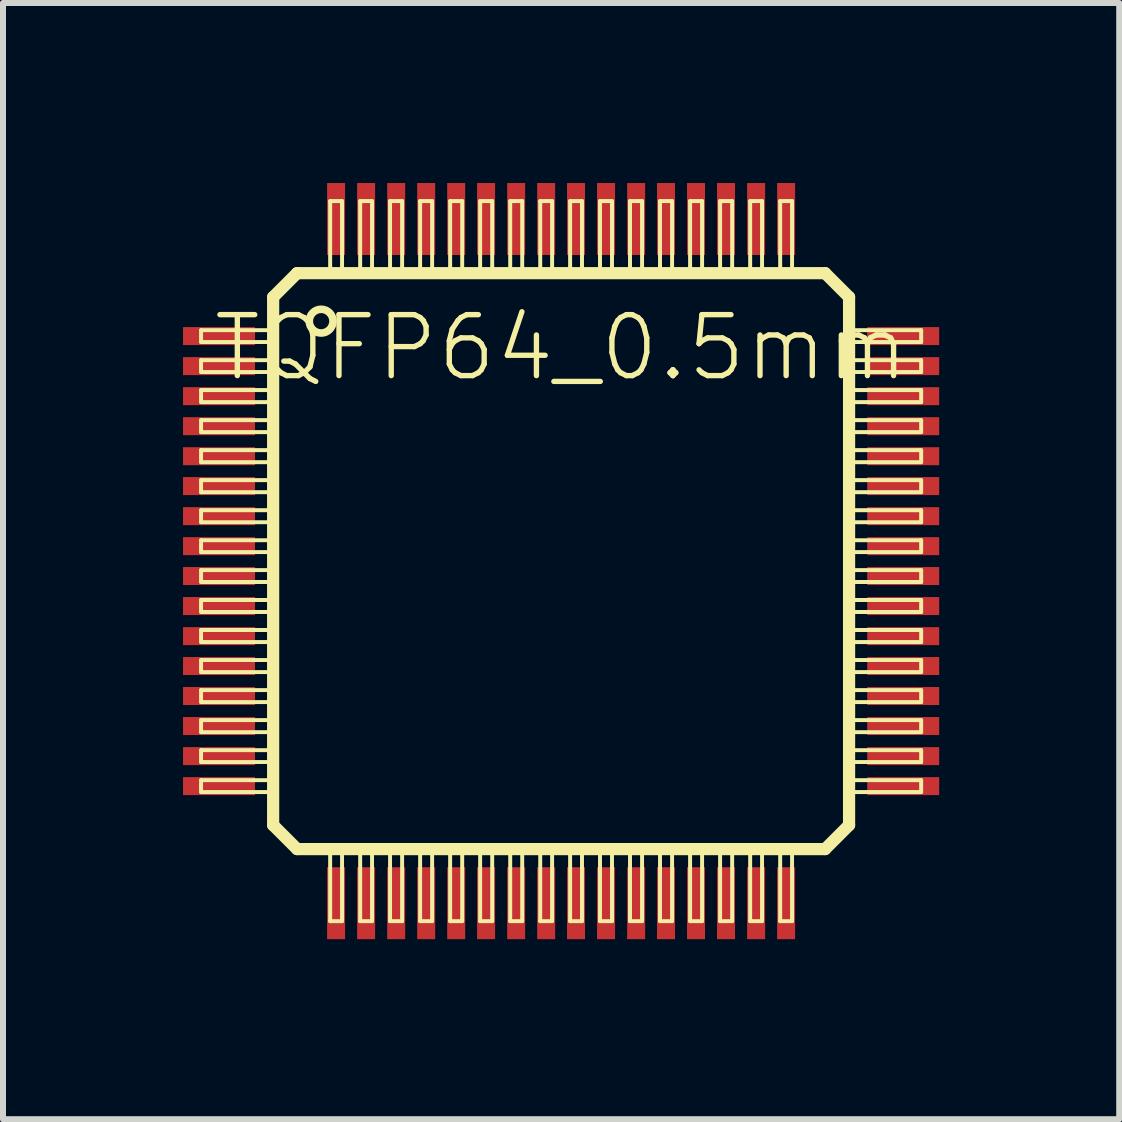
<source format=kicad_pcb>
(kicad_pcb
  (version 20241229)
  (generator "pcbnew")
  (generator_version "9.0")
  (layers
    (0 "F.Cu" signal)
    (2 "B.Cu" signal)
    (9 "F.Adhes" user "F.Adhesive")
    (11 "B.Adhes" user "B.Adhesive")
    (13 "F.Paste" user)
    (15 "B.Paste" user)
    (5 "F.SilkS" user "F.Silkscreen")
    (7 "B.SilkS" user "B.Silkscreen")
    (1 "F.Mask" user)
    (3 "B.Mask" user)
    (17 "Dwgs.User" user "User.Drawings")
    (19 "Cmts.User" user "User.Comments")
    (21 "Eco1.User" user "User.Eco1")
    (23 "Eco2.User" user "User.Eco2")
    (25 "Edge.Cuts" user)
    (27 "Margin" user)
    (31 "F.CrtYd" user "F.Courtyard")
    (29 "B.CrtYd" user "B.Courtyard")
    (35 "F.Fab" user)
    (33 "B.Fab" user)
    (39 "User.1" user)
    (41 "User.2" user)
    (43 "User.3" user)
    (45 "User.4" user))
  (footprint "TQFP64_0.5mm"
    (layer "F.Cu")
    (at 6.299 6.299)
    (property "Reference" "TQFP64_0.5mm" (at 0 -3.556 0) (layer "F.SilkS") (effects (font (size 1.016 1.016) (thickness 0.089))))
    (attr smd)
    (fp_line (start -5.999 -3.848) (end -4.798 -3.848) (stroke (width 0.066) (type solid)) (layer "F.SilkS"))
    (fp_line (start -5.999 -3.65) (end -5.999 -3.848) (stroke (width 0.066) (type solid)) (layer "F.SilkS"))
    (fp_line (start -5.999 -3.65) (end -4.798 -3.65) (stroke (width 0.066) (type solid)) (layer "F.SilkS"))
    (fp_line (start -5.999 -3.348) (end -4.798 -3.348) (stroke (width 0.066) (type solid)) (layer "F.SilkS"))
    (fp_line (start -5.999 -3.15) (end -5.999 -3.348) (stroke (width 0.066) (type solid)) (layer "F.SilkS"))
    (fp_line (start -5.999 -3.15) (end -4.798 -3.15) (stroke (width 0.066) (type solid)) (layer "F.SilkS"))
    (fp_line (start -5.999 -2.85) (end -4.798 -2.85) (stroke (width 0.066) (type solid)) (layer "F.SilkS"))
    (fp_line (start -5.999 -2.649) (end -5.999 -2.85) (stroke (width 0.066) (type solid)) (layer "F.SilkS"))
    (fp_line (start -5.999 -2.649) (end -4.798 -2.649) (stroke (width 0.066) (type solid)) (layer "F.SilkS"))
    (fp_line (start -5.999 -2.349) (end -4.798 -2.349) (stroke (width 0.066) (type solid)) (layer "F.SilkS"))
    (fp_line (start -5.999 -2.149) (end -5.999 -2.349) (stroke (width 0.066) (type solid)) (layer "F.SilkS"))
    (fp_line (start -5.999 -2.149) (end -4.798 -2.149) (stroke (width 0.066) (type solid)) (layer "F.SilkS"))
    (fp_line (start -5.999 -1.849) (end -4.798 -1.849) (stroke (width 0.066) (type solid)) (layer "F.SilkS"))
    (fp_line (start -5.999 -1.648) (end -5.999 -1.849) (stroke (width 0.066) (type solid)) (layer "F.SilkS"))
    (fp_line (start -5.999 -1.648) (end -4.798 -1.648) (stroke (width 0.066) (type solid)) (layer "F.SilkS"))
    (fp_line (start -5.999 -1.349) (end -4.798 -1.349) (stroke (width 0.066) (type solid)) (layer "F.SilkS"))
    (fp_line (start -5.999 -1.148) (end -5.999 -1.349) (stroke (width 0.066) (type solid)) (layer "F.SilkS"))
    (fp_line (start -5.999 -1.148) (end -4.798 -1.148) (stroke (width 0.066) (type solid)) (layer "F.SilkS"))
    (fp_line (start -5.999 -0.848) (end -4.798 -0.848) (stroke (width 0.066) (type solid)) (layer "F.SilkS"))
    (fp_line (start -5.999 -0.648) (end -5.999 -0.848) (stroke (width 0.066) (type solid)) (layer "F.SilkS"))
    (fp_line (start -5.999 -0.648) (end -4.798 -0.648) (stroke (width 0.066) (type solid)) (layer "F.SilkS"))
    (fp_line (start -5.999 -0.348) (end -4.798 -0.348) (stroke (width 0.066) (type solid)) (layer "F.SilkS"))
    (fp_line (start -5.999 -0.15) (end -5.999 -0.348) (stroke (width 0.066) (type solid)) (layer "F.SilkS"))
    (fp_line (start -5.999 -0.15) (end -4.798 -0.15) (stroke (width 0.066) (type solid)) (layer "F.SilkS"))
    (fp_line (start -5.999 0.15) (end -4.798 0.15) (stroke (width 0.066) (type solid)) (layer "F.SilkS"))
    (fp_line (start -5.999 0.348) (end -5.999 0.15) (stroke (width 0.066) (type solid)) (layer "F.SilkS"))
    (fp_line (start -5.999 0.348) (end -4.798 0.348) (stroke (width 0.066) (type solid)) (layer "F.SilkS"))
    (fp_line (start -5.999 0.648) (end -4.798 0.648) (stroke (width 0.066) (type solid)) (layer "F.SilkS"))
    (fp_line (start -5.999 0.848) (end -5.999 0.648) (stroke (width 0.066) (type solid)) (layer "F.SilkS"))
    (fp_line (start -5.999 0.848) (end -4.798 0.848) (stroke (width 0.066) (type solid)) (layer "F.SilkS"))
    (fp_line (start -5.999 1.148) (end -4.798 1.148) (stroke (width 0.066) (type solid)) (layer "F.SilkS"))
    (fp_line (start -5.999 1.349) (end -5.999 1.148) (stroke (width 0.066) (type solid)) (layer "F.SilkS"))
    (fp_line (start -5.999 1.349) (end -4.798 1.349) (stroke (width 0.066) (type solid)) (layer "F.SilkS"))
    (fp_line (start -5.999 1.648) (end -4.798 1.648) (stroke (width 0.066) (type solid)) (layer "F.SilkS"))
    (fp_line (start -5.999 1.849) (end -5.999 1.648) (stroke (width 0.066) (type solid)) (layer "F.SilkS"))
    (fp_line (start -5.999 1.849) (end -4.798 1.849) (stroke (width 0.066) (type solid)) (layer "F.SilkS"))
    (fp_line (start -5.999 2.149) (end -4.798 2.149) (stroke (width 0.066) (type solid)) (layer "F.SilkS"))
    (fp_line (start -5.999 2.349) (end -5.999 2.149) (stroke (width 0.066) (type solid)) (layer "F.SilkS"))
    (fp_line (start -5.999 2.349) (end -4.798 2.349) (stroke (width 0.066) (type solid)) (layer "F.SilkS"))
    (fp_line (start -5.999 2.649) (end -4.798 2.649) (stroke (width 0.066) (type solid)) (layer "F.SilkS"))
    (fp_line (start -5.999 2.85) (end -5.999 2.649) (stroke (width 0.066) (type solid)) (layer "F.SilkS"))
    (fp_line (start -5.999 2.85) (end -4.798 2.85) (stroke (width 0.066) (type solid)) (layer "F.SilkS"))
    (fp_line (start -5.999 3.15) (end -4.798 3.15) (stroke (width 0.066) (type solid)) (layer "F.SilkS"))
    (fp_line (start -5.999 3.348) (end -5.999 3.15) (stroke (width 0.066) (type solid)) (layer "F.SilkS"))
    (fp_line (start -5.999 3.348) (end -4.798 3.348) (stroke (width 0.066) (type solid)) (layer "F.SilkS"))
    (fp_line (start -5.999 3.65) (end -4.798 3.65) (stroke (width 0.066) (type solid)) (layer "F.SilkS"))
    (fp_line (start -5.999 3.848) (end -5.999 3.65) (stroke (width 0.066) (type solid)) (layer "F.SilkS"))
    (fp_line (start -5.999 3.848) (end -4.798 3.848) (stroke (width 0.066) (type solid)) (layer "F.SilkS"))
    (fp_line (start -4.798 -4.399) (end -4.399 -4.798) (stroke (width 0.203) (type solid)) (layer "F.SilkS"))
    (fp_line (start -4.798 -3.65) (end -4.798 -3.848) (stroke (width 0.066) (type solid)) (layer "F.SilkS"))
    (fp_line (start -4.798 -3.15) (end -4.798 -3.348) (stroke (width 0.066) (type solid)) (layer "F.SilkS"))
    (fp_line (start -4.798 -2.649) (end -4.798 -2.85) (stroke (width 0.066) (type solid)) (layer "F.SilkS"))
    (fp_line (start -4.798 -2.149) (end -4.798 -2.349) (stroke (width 0.066) (type solid)) (layer "F.SilkS"))
    (fp_line (start -4.798 -1.648) (end -4.798 -1.849) (stroke (width 0.066) (type solid)) (layer "F.SilkS"))
    (fp_line (start -4.798 -1.148) (end -4.798 -1.349) (stroke (width 0.066) (type solid)) (layer "F.SilkS"))
    (fp_line (start -4.798 -0.648) (end -4.798 -0.848) (stroke (width 0.066) (type solid)) (layer "F.SilkS"))
    (fp_line (start -4.798 -0.15) (end -4.798 -0.348) (stroke (width 0.066) (type solid)) (layer "F.SilkS"))
    (fp_line (start -4.798 0.348) (end -4.798 0.15) (stroke (width 0.066) (type solid)) (layer "F.SilkS"))
    (fp_line (start -4.798 0.848) (end -4.798 0.648) (stroke (width 0.066) (type solid)) (layer "F.SilkS"))
    (fp_line (start -4.798 1.349) (end -4.798 1.148) (stroke (width 0.066) (type solid)) (layer "F.SilkS"))
    (fp_line (start -4.798 1.849) (end -4.798 1.648) (stroke (width 0.066) (type solid)) (layer "F.SilkS"))
    (fp_line (start -4.798 2.349) (end -4.798 2.149) (stroke (width 0.066) (type solid)) (layer "F.SilkS"))
    (fp_line (start -4.798 2.85) (end -4.798 2.649) (stroke (width 0.066) (type solid)) (layer "F.SilkS"))
    (fp_line (start -4.798 3.348) (end -4.798 3.15) (stroke (width 0.066) (type solid)) (layer "F.SilkS"))
    (fp_line (start -4.798 3.848) (end -4.798 3.65) (stroke (width 0.066) (type solid)) (layer "F.SilkS"))
    (fp_line (start -4.798 4.399) (end -4.798 -4.399) (stroke (width 0.203) (type solid)) (layer "F.SilkS"))
    (fp_line (start -4.399 -4.798) (end 4.399 -4.798) (stroke (width 0.203) (type solid)) (layer "F.SilkS"))
    (fp_line (start -4.399 4.798) (end -4.798 4.399) (stroke (width 0.203) (type solid)) (layer "F.SilkS"))
    (fp_line (start -3.848 -5.999) (end -3.65 -5.999) (stroke (width 0.066) (type solid)) (layer "F.SilkS"))
    (fp_line (start -3.848 -4.798) (end -3.848 -5.999) (stroke (width 0.066) (type solid)) (layer "F.SilkS"))
    (fp_line (start -3.848 -4.798) (end -3.65 -4.798) (stroke (width 0.066) (type solid)) (layer "F.SilkS"))
    (fp_line (start -3.848 4.798) (end -3.65 4.798) (stroke (width 0.066) (type solid)) (layer "F.SilkS"))
    (fp_line (start -3.848 5.999) (end -3.848 4.798) (stroke (width 0.066) (type solid)) (layer "F.SilkS"))
    (fp_line (start -3.848 5.999) (end -3.65 5.999) (stroke (width 0.066) (type solid)) (layer "F.SilkS"))
    (fp_line (start -3.65 -4.798) (end -3.65 -5.999) (stroke (width 0.066) (type solid)) (layer "F.SilkS"))
    (fp_line (start -3.65 5.999) (end -3.65 4.798) (stroke (width 0.066) (type solid)) (layer "F.SilkS"))
    (fp_line (start -3.348 -5.999) (end -3.15 -5.999) (stroke (width 0.066) (type solid)) (layer "F.SilkS"))
    (fp_line (start -3.348 -4.798) (end -3.348 -5.999) (stroke (width 0.066) (type solid)) (layer "F.SilkS"))
    (fp_line (start -3.348 -4.798) (end -3.15 -4.798) (stroke (width 0.066) (type solid)) (layer "F.SilkS"))
    (fp_line (start -3.348 4.798) (end -3.15 4.798) (stroke (width 0.066) (type solid)) (layer "F.SilkS"))
    (fp_line (start -3.348 5.999) (end -3.348 4.798) (stroke (width 0.066) (type solid)) (layer "F.SilkS"))
    (fp_line (start -3.348 5.999) (end -3.15 5.999) (stroke (width 0.066) (type solid)) (layer "F.SilkS"))
    (fp_line (start -3.15 -4.798) (end -3.15 -5.999) (stroke (width 0.066) (type solid)) (layer "F.SilkS"))
    (fp_line (start -3.15 5.999) (end -3.15 4.798) (stroke (width 0.066) (type solid)) (layer "F.SilkS"))
    (fp_line (start -2.85 -5.999) (end -2.649 -5.999) (stroke (width 0.066) (type solid)) (layer "F.SilkS"))
    (fp_line (start -2.85 -4.798) (end -2.85 -5.999) (stroke (width 0.066) (type solid)) (layer "F.SilkS"))
    (fp_line (start -2.85 -4.798) (end -2.649 -4.798) (stroke (width 0.066) (type solid)) (layer "F.SilkS"))
    (fp_line (start -2.85 4.798) (end -2.649 4.798) (stroke (width 0.066) (type solid)) (layer "F.SilkS"))
    (fp_line (start -2.85 5.999) (end -2.85 4.798) (stroke (width 0.066) (type solid)) (layer "F.SilkS"))
    (fp_line (start -2.85 5.999) (end -2.649 5.999) (stroke (width 0.066) (type solid)) (layer "F.SilkS"))
    (fp_line (start -2.649 -4.798) (end -2.649 -5.999) (stroke (width 0.066) (type solid)) (layer "F.SilkS"))
    (fp_line (start -2.649 5.999) (end -2.649 4.798) (stroke (width 0.066) (type solid)) (layer "F.SilkS"))
    (fp_line (start -2.349 -5.999) (end -2.149 -5.999) (stroke (width 0.066) (type solid)) (layer "F.SilkS"))
    (fp_line (start -2.349 -4.798) (end -2.349 -5.999) (stroke (width 0.066) (type solid)) (layer "F.SilkS"))
    (fp_line (start -2.349 -4.798) (end -2.149 -4.798) (stroke (width 0.066) (type solid)) (layer "F.SilkS"))
    (fp_line (start -2.349 4.798) (end -2.149 4.798) (stroke (width 0.066) (type solid)) (layer "F.SilkS"))
    (fp_line (start -2.349 5.999) (end -2.349 4.798) (stroke (width 0.066) (type solid)) (layer "F.SilkS"))
    (fp_line (start -2.349 5.999) (end -2.149 5.999) (stroke (width 0.066) (type solid)) (layer "F.SilkS"))
    (fp_line (start -2.149 -4.798) (end -2.149 -5.999) (stroke (width 0.066) (type solid)) (layer "F.SilkS"))
    (fp_line (start -2.149 5.999) (end -2.149 4.798) (stroke (width 0.066) (type solid)) (layer "F.SilkS"))
    (fp_line (start -1.849 -5.999) (end -1.648 -5.999) (stroke (width 0.066) (type solid)) (layer "F.SilkS"))
    (fp_line (start -1.849 -4.798) (end -1.849 -5.999) (stroke (width 0.066) (type solid)) (layer "F.SilkS"))
    (fp_line (start -1.849 -4.798) (end -1.648 -4.798) (stroke (width 0.066) (type solid)) (layer "F.SilkS"))
    (fp_line (start -1.849 4.798) (end -1.648 4.798) (stroke (width 0.066) (type solid)) (layer "F.SilkS"))
    (fp_line (start -1.849 5.999) (end -1.849 4.798) (stroke (width 0.066) (type solid)) (layer "F.SilkS"))
    (fp_line (start -1.849 5.999) (end -1.648 5.999) (stroke (width 0.066) (type solid)) (layer "F.SilkS"))
    (fp_line (start -1.648 -4.798) (end -1.648 -5.999) (stroke (width 0.066) (type solid)) (layer "F.SilkS"))
    (fp_line (start -1.648 5.999) (end -1.648 4.798) (stroke (width 0.066) (type solid)) (layer "F.SilkS"))
    (fp_line (start -1.349 -5.999) (end -1.148 -5.999) (stroke (width 0.066) (type solid)) (layer "F.SilkS"))
    (fp_line (start -1.349 -4.798) (end -1.349 -5.999) (stroke (width 0.066) (type solid)) (layer "F.SilkS"))
    (fp_line (start -1.349 -4.798) (end -1.148 -4.798) (stroke (width 0.066) (type solid)) (layer "F.SilkS"))
    (fp_line (start -1.349 4.798) (end -1.148 4.798) (stroke (width 0.066) (type solid)) (layer "F.SilkS"))
    (fp_line (start -1.349 5.999) (end -1.349 4.798) (stroke (width 0.066) (type solid)) (layer "F.SilkS"))
    (fp_line (start -1.349 5.999) (end -1.148 5.999) (stroke (width 0.066) (type solid)) (layer "F.SilkS"))
    (fp_line (start -1.148 -4.798) (end -1.148 -5.999) (stroke (width 0.066) (type solid)) (layer "F.SilkS"))
    (fp_line (start -1.148 5.999) (end -1.148 4.798) (stroke (width 0.066) (type solid)) (layer "F.SilkS"))
    (fp_line (start -0.848 -5.999) (end -0.648 -5.999) (stroke (width 0.066) (type solid)) (layer "F.SilkS"))
    (fp_line (start -0.848 -4.798) (end -0.848 -5.999) (stroke (width 0.066) (type solid)) (layer "F.SilkS"))
    (fp_line (start -0.848 -4.798) (end -0.648 -4.798) (stroke (width 0.066) (type solid)) (layer "F.SilkS"))
    (fp_line (start -0.848 4.798) (end -0.648 4.798) (stroke (width 0.066) (type solid)) (layer "F.SilkS"))
    (fp_line (start -0.848 5.999) (end -0.848 4.798) (stroke (width 0.066) (type solid)) (layer "F.SilkS"))
    (fp_line (start -0.848 5.999) (end -0.648 5.999) (stroke (width 0.066) (type solid)) (layer "F.SilkS"))
    (fp_line (start -0.648 -4.798) (end -0.648 -5.999) (stroke (width 0.066) (type solid)) (layer "F.SilkS"))
    (fp_line (start -0.648 5.999) (end -0.648 4.798) (stroke (width 0.066) (type solid)) (layer "F.SilkS"))
    (fp_line (start -0.348 -5.999) (end -0.15 -5.999) (stroke (width 0.066) (type solid)) (layer "F.SilkS"))
    (fp_line (start -0.348 -4.798) (end -0.348 -5.999) (stroke (width 0.066) (type solid)) (layer "F.SilkS"))
    (fp_line (start -0.348 -4.798) (end -0.15 -4.798) (stroke (width 0.066) (type solid)) (layer "F.SilkS"))
    (fp_line (start -0.348 4.798) (end -0.15 4.798) (stroke (width 0.066) (type solid)) (layer "F.SilkS"))
    (fp_line (start -0.348 5.999) (end -0.348 4.798) (stroke (width 0.066) (type solid)) (layer "F.SilkS"))
    (fp_line (start -0.348 5.999) (end -0.15 5.999) (stroke (width 0.066) (type solid)) (layer "F.SilkS"))
    (fp_line (start -0.15 -4.798) (end -0.15 -5.999) (stroke (width 0.066) (type solid)) (layer "F.SilkS"))
    (fp_line (start -0.15 5.999) (end -0.15 4.798) (stroke (width 0.066) (type solid)) (layer "F.SilkS"))
    (fp_line (start 0.15 -5.999) (end 0.348 -5.999) (stroke (width 0.066) (type solid)) (layer "F.SilkS"))
    (fp_line (start 0.15 -4.798) (end 0.15 -5.999) (stroke (width 0.066) (type solid)) (layer "F.SilkS"))
    (fp_line (start 0.15 -4.798) (end 0.348 -4.798) (stroke (width 0.066) (type solid)) (layer "F.SilkS"))
    (fp_line (start 0.15 4.798) (end 0.348 4.798) (stroke (width 0.066) (type solid)) (layer "F.SilkS"))
    (fp_line (start 0.15 5.999) (end 0.15 4.798) (stroke (width 0.066) (type solid)) (layer "F.SilkS"))
    (fp_line (start 0.15 5.999) (end 0.348 5.999) (stroke (width 0.066) (type solid)) (layer "F.SilkS"))
    (fp_line (start 0.348 -4.798) (end 0.348 -5.999) (stroke (width 0.066) (type solid)) (layer "F.SilkS"))
    (fp_line (start 0.348 5.999) (end 0.348 4.798) (stroke (width 0.066) (type solid)) (layer "F.SilkS"))
    (fp_line (start 0.648 -5.999) (end 0.848 -5.999) (stroke (width 0.066) (type solid)) (layer "F.SilkS"))
    (fp_line (start 0.648 -4.798) (end 0.648 -5.999) (stroke (width 0.066) (type solid)) (layer "F.SilkS"))
    (fp_line (start 0.648 -4.798) (end 0.848 -4.798) (stroke (width 0.066) (type solid)) (layer "F.SilkS"))
    (fp_line (start 0.648 4.798) (end 0.848 4.798) (stroke (width 0.066) (type solid)) (layer "F.SilkS"))
    (fp_line (start 0.648 5.999) (end 0.648 4.798) (stroke (width 0.066) (type solid)) (layer "F.SilkS"))
    (fp_line (start 0.648 5.999) (end 0.848 5.999) (stroke (width 0.066) (type solid)) (layer "F.SilkS"))
    (fp_line (start 0.848 -4.798) (end 0.848 -5.999) (stroke (width 0.066) (type solid)) (layer "F.SilkS"))
    (fp_line (start 0.848 5.999) (end 0.848 4.798) (stroke (width 0.066) (type solid)) (layer "F.SilkS"))
    (fp_line (start 1.148 -5.999) (end 1.349 -5.999) (stroke (width 0.066) (type solid)) (layer "F.SilkS"))
    (fp_line (start 1.148 -4.798) (end 1.148 -5.999) (stroke (width 0.066) (type solid)) (layer "F.SilkS"))
    (fp_line (start 1.148 -4.798) (end 1.349 -4.798) (stroke (width 0.066) (type solid)) (layer "F.SilkS"))
    (fp_line (start 1.148 4.798) (end 1.349 4.798) (stroke (width 0.066) (type solid)) (layer "F.SilkS"))
    (fp_line (start 1.148 5.999) (end 1.148 4.798) (stroke (width 0.066) (type solid)) (layer "F.SilkS"))
    (fp_line (start 1.148 5.999) (end 1.349 5.999) (stroke (width 0.066) (type solid)) (layer "F.SilkS"))
    (fp_line (start 1.349 -4.798) (end 1.349 -5.999) (stroke (width 0.066) (type solid)) (layer "F.SilkS"))
    (fp_line (start 1.349 5.999) (end 1.349 4.798) (stroke (width 0.066) (type solid)) (layer "F.SilkS"))
    (fp_line (start 1.648 -5.999) (end 1.849 -5.999) (stroke (width 0.066) (type solid)) (layer "F.SilkS"))
    (fp_line (start 1.648 -4.798) (end 1.648 -5.999) (stroke (width 0.066) (type solid)) (layer "F.SilkS"))
    (fp_line (start 1.648 -4.798) (end 1.849 -4.798) (stroke (width 0.066) (type solid)) (layer "F.SilkS"))
    (fp_line (start 1.648 4.798) (end 1.849 4.798) (stroke (width 0.066) (type solid)) (layer "F.SilkS"))
    (fp_line (start 1.648 5.999) (end 1.648 4.798) (stroke (width 0.066) (type solid)) (layer "F.SilkS"))
    (fp_line (start 1.648 5.999) (end 1.849 5.999) (stroke (width 0.066) (type solid)) (layer "F.SilkS"))
    (fp_line (start 1.849 -4.798) (end 1.849 -5.999) (stroke (width 0.066) (type solid)) (layer "F.SilkS"))
    (fp_line (start 1.849 5.999) (end 1.849 4.798) (stroke (width 0.066) (type solid)) (layer "F.SilkS"))
    (fp_line (start 2.149 -5.999) (end 2.349 -5.999) (stroke (width 0.066) (type solid)) (layer "F.SilkS"))
    (fp_line (start 2.149 -4.798) (end 2.149 -5.999) (stroke (width 0.066) (type solid)) (layer "F.SilkS"))
    (fp_line (start 2.149 -4.798) (end 2.349 -4.798) (stroke (width 0.066) (type solid)) (layer "F.SilkS"))
    (fp_line (start 2.149 4.798) (end 2.349 4.798) (stroke (width 0.066) (type solid)) (layer "F.SilkS"))
    (fp_line (start 2.149 5.999) (end 2.149 4.798) (stroke (width 0.066) (type solid)) (layer "F.SilkS"))
    (fp_line (start 2.149 5.999) (end 2.349 5.999) (stroke (width 0.066) (type solid)) (layer "F.SilkS"))
    (fp_line (start 2.349 -4.798) (end 2.349 -5.999) (stroke (width 0.066) (type solid)) (layer "F.SilkS"))
    (fp_line (start 2.349 5.999) (end 2.349 4.798) (stroke (width 0.066) (type solid)) (layer "F.SilkS"))
    (fp_line (start 2.649 -5.999) (end 2.85 -5.999) (stroke (width 0.066) (type solid)) (layer "F.SilkS"))
    (fp_line (start 2.649 -4.798) (end 2.649 -5.999) (stroke (width 0.066) (type solid)) (layer "F.SilkS"))
    (fp_line (start 2.649 -4.798) (end 2.85 -4.798) (stroke (width 0.066) (type solid)) (layer "F.SilkS"))
    (fp_line (start 2.649 4.798) (end 2.85 4.798) (stroke (width 0.066) (type solid)) (layer "F.SilkS"))
    (fp_line (start 2.649 5.999) (end 2.649 4.798) (stroke (width 0.066) (type solid)) (layer "F.SilkS"))
    (fp_line (start 2.649 5.999) (end 2.85 5.999) (stroke (width 0.066) (type solid)) (layer "F.SilkS"))
    (fp_line (start 2.85 -4.798) (end 2.85 -5.999) (stroke (width 0.066) (type solid)) (layer "F.SilkS"))
    (fp_line (start 2.85 5.999) (end 2.85 4.798) (stroke (width 0.066) (type solid)) (layer "F.SilkS"))
    (fp_line (start 3.15 -5.999) (end 3.348 -5.999) (stroke (width 0.066) (type solid)) (layer "F.SilkS"))
    (fp_line (start 3.15 -4.798) (end 3.15 -5.999) (stroke (width 0.066) (type solid)) (layer "F.SilkS"))
    (fp_line (start 3.15 -4.798) (end 3.348 -4.798) (stroke (width 0.066) (type solid)) (layer "F.SilkS"))
    (fp_line (start 3.15 4.798) (end 3.348 4.798) (stroke (width 0.066) (type solid)) (layer "F.SilkS"))
    (fp_line (start 3.15 5.999) (end 3.15 4.798) (stroke (width 0.066) (type solid)) (layer "F.SilkS"))
    (fp_line (start 3.15 5.999) (end 3.348 5.999) (stroke (width 0.066) (type solid)) (layer "F.SilkS"))
    (fp_line (start 3.348 -4.798) (end 3.348 -5.999) (stroke (width 0.066) (type solid)) (layer "F.SilkS"))
    (fp_line (start 3.348 5.999) (end 3.348 4.798) (stroke (width 0.066) (type solid)) (layer "F.SilkS"))
    (fp_line (start 3.65 -5.999) (end 3.848 -5.999) (stroke (width 0.066) (type solid)) (layer "F.SilkS"))
    (fp_line (start 3.65 -4.798) (end 3.65 -5.999) (stroke (width 0.066) (type solid)) (layer "F.SilkS"))
    (fp_line (start 3.65 -4.798) (end 3.848 -4.798) (stroke (width 0.066) (type solid)) (layer "F.SilkS"))
    (fp_line (start 3.65 4.798) (end 3.848 4.798) (stroke (width 0.066) (type solid)) (layer "F.SilkS"))
    (fp_line (start 3.65 5.999) (end 3.65 4.798) (stroke (width 0.066) (type solid)) (layer "F.SilkS"))
    (fp_line (start 3.65 5.999) (end 3.848 5.999) (stroke (width 0.066) (type solid)) (layer "F.SilkS"))
    (fp_line (start 3.848 -4.798) (end 3.848 -5.999) (stroke (width 0.066) (type solid)) (layer "F.SilkS"))
    (fp_line (start 3.848 5.999) (end 3.848 4.798) (stroke (width 0.066) (type solid)) (layer "F.SilkS"))
    (fp_line (start 4.399 -4.798) (end 4.798 -4.399) (stroke (width 0.203) (type solid)) (layer "F.SilkS"))
    (fp_line (start 4.399 4.798) (end -4.399 4.798) (stroke (width 0.203) (type solid)) (layer "F.SilkS"))
    (fp_line (start 4.798 -4.399) (end 4.798 4.399) (stroke (width 0.203) (type solid)) (layer "F.SilkS"))
    (fp_line (start 4.798 -3.848) (end 5.999 -3.848) (stroke (width 0.066) (type solid)) (layer "F.SilkS"))
    (fp_line (start 4.798 -3.65) (end 4.798 -3.848) (stroke (width 0.066) (type solid)) (layer "F.SilkS"))
    (fp_line (start 4.798 -3.65) (end 5.999 -3.65) (stroke (width 0.066) (type solid)) (layer "F.SilkS"))
    (fp_line (start 4.798 -3.348) (end 5.999 -3.348) (stroke (width 0.066) (type solid)) (layer "F.SilkS"))
    (fp_line (start 4.798 -3.15) (end 4.798 -3.348) (stroke (width 0.066) (type solid)) (layer "F.SilkS"))
    (fp_line (start 4.798 -3.15) (end 5.999 -3.15) (stroke (width 0.066) (type solid)) (layer "F.SilkS"))
    (fp_line (start 4.798 -2.85) (end 5.999 -2.85) (stroke (width 0.066) (type solid)) (layer "F.SilkS"))
    (fp_line (start 4.798 -2.649) (end 4.798 -2.85) (stroke (width 0.066) (type solid)) (layer "F.SilkS"))
    (fp_line (start 4.798 -2.649) (end 5.999 -2.649) (stroke (width 0.066) (type solid)) (layer "F.SilkS"))
    (fp_line (start 4.798 -2.349) (end 5.999 -2.349) (stroke (width 0.066) (type solid)) (layer "F.SilkS"))
    (fp_line (start 4.798 -2.149) (end 4.798 -2.349) (stroke (width 0.066) (type solid)) (layer "F.SilkS"))
    (fp_line (start 4.798 -2.149) (end 5.999 -2.149) (stroke (width 0.066) (type solid)) (layer "F.SilkS"))
    (fp_line (start 4.798 -1.849) (end 5.999 -1.849) (stroke (width 0.066) (type solid)) (layer "F.SilkS"))
    (fp_line (start 4.798 -1.648) (end 4.798 -1.849) (stroke (width 0.066) (type solid)) (layer "F.SilkS"))
    (fp_line (start 4.798 -1.648) (end 5.999 -1.648) (stroke (width 0.066) (type solid)) (layer "F.SilkS"))
    (fp_line (start 4.798 -1.349) (end 5.999 -1.349) (stroke (width 0.066) (type solid)) (layer "F.SilkS"))
    (fp_line (start 4.798 -1.148) (end 4.798 -1.349) (stroke (width 0.066) (type solid)) (layer "F.SilkS"))
    (fp_line (start 4.798 -1.148) (end 5.999 -1.148) (stroke (width 0.066) (type solid)) (layer "F.SilkS"))
    (fp_line (start 4.798 -0.848) (end 5.999 -0.848) (stroke (width 0.066) (type solid)) (layer "F.SilkS"))
    (fp_line (start 4.798 -0.648) (end 4.798 -0.848) (stroke (width 0.066) (type solid)) (layer "F.SilkS"))
    (fp_line (start 4.798 -0.648) (end 5.999 -0.648) (stroke (width 0.066) (type solid)) (layer "F.SilkS"))
    (fp_line (start 4.798 -0.348) (end 5.999 -0.348) (stroke (width 0.066) (type solid)) (layer "F.SilkS"))
    (fp_line (start 4.798 -0.15) (end 4.798 -0.348) (stroke (width 0.066) (type solid)) (layer "F.SilkS"))
    (fp_line (start 4.798 -0.15) (end 5.999 -0.15) (stroke (width 0.066) (type solid)) (layer "F.SilkS"))
    (fp_line (start 4.798 0.15) (end 5.999 0.15) (stroke (width 0.066) (type solid)) (layer "F.SilkS"))
    (fp_line (start 4.798 0.348) (end 4.798 0.15) (stroke (width 0.066) (type solid)) (layer "F.SilkS"))
    (fp_line (start 4.798 0.348) (end 5.999 0.348) (stroke (width 0.066) (type solid)) (layer "F.SilkS"))
    (fp_line (start 4.798 0.648) (end 5.999 0.648) (stroke (width 0.066) (type solid)) (layer "F.SilkS"))
    (fp_line (start 4.798 0.848) (end 4.798 0.648) (stroke (width 0.066) (type solid)) (layer "F.SilkS"))
    (fp_line (start 4.798 0.848) (end 5.999 0.848) (stroke (width 0.066) (type solid)) (layer "F.SilkS"))
    (fp_line (start 4.798 1.148) (end 5.999 1.148) (stroke (width 0.066) (type solid)) (layer "F.SilkS"))
    (fp_line (start 4.798 1.349) (end 4.798 1.148) (stroke (width 0.066) (type solid)) (layer "F.SilkS"))
    (fp_line (start 4.798 1.349) (end 5.999 1.349) (stroke (width 0.066) (type solid)) (layer "F.SilkS"))
    (fp_line (start 4.798 1.648) (end 5.999 1.648) (stroke (width 0.066) (type solid)) (layer "F.SilkS"))
    (fp_line (start 4.798 1.849) (end 4.798 1.648) (stroke (width 0.066) (type solid)) (layer "F.SilkS"))
    (fp_line (start 4.798 1.849) (end 5.999 1.849) (stroke (width 0.066) (type solid)) (layer "F.SilkS"))
    (fp_line (start 4.798 2.149) (end 5.999 2.149) (stroke (width 0.066) (type solid)) (layer "F.SilkS"))
    (fp_line (start 4.798 2.349) (end 4.798 2.149) (stroke (width 0.066) (type solid)) (layer "F.SilkS"))
    (fp_line (start 4.798 2.349) (end 5.999 2.349) (stroke (width 0.066) (type solid)) (layer "F.SilkS"))
    (fp_line (start 4.798 2.649) (end 5.999 2.649) (stroke (width 0.066) (type solid)) (layer "F.SilkS"))
    (fp_line (start 4.798 2.85) (end 4.798 2.649) (stroke (width 0.066) (type solid)) (layer "F.SilkS"))
    (fp_line (start 4.798 2.85) (end 5.999 2.85) (stroke (width 0.066) (type solid)) (layer "F.SilkS"))
    (fp_line (start 4.798 3.15) (end 5.999 3.15) (stroke (width 0.066) (type solid)) (layer "F.SilkS"))
    (fp_line (start 4.798 3.348) (end 4.798 3.15) (stroke (width 0.066) (type solid)) (layer "F.SilkS"))
    (fp_line (start 4.798 3.348) (end 5.999 3.348) (stroke (width 0.066) (type solid)) (layer "F.SilkS"))
    (fp_line (start 4.798 3.65) (end 5.999 3.65) (stroke (width 0.066) (type solid)) (layer "F.SilkS"))
    (fp_line (start 4.798 3.848) (end 4.798 3.65) (stroke (width 0.066) (type solid)) (layer "F.SilkS"))
    (fp_line (start 4.798 3.848) (end 5.999 3.848) (stroke (width 0.066) (type solid)) (layer "F.SilkS"))
    (fp_line (start 4.798 4.399) (end 4.399 4.798) (stroke (width 0.203) (type solid)) (layer "F.SilkS"))
    (fp_line (start 5.999 -3.65) (end 5.999 -3.848) (stroke (width 0.066) (type solid)) (layer "F.SilkS"))
    (fp_line (start 5.999 -3.15) (end 5.999 -3.348) (stroke (width 0.066) (type solid)) (layer "F.SilkS"))
    (fp_line (start 5.999 -2.649) (end 5.999 -2.85) (stroke (width 0.066) (type solid)) (layer "F.SilkS"))
    (fp_line (start 5.999 -2.149) (end 5.999 -2.349) (stroke (width 0.066) (type solid)) (layer "F.SilkS"))
    (fp_line (start 5.999 -1.648) (end 5.999 -1.849) (stroke (width 0.066) (type solid)) (layer "F.SilkS"))
    (fp_line (start 5.999 -1.148) (end 5.999 -1.349) (stroke (width 0.066) (type solid)) (layer "F.SilkS"))
    (fp_line (start 5.999 -0.648) (end 5.999 -0.848) (stroke (width 0.066) (type solid)) (layer "F.SilkS"))
    (fp_line (start 5.999 -0.15) (end 5.999 -0.348) (stroke (width 0.066) (type solid)) (layer "F.SilkS"))
    (fp_line (start 5.999 0.348) (end 5.999 0.15) (stroke (width 0.066) (type solid)) (layer "F.SilkS"))
    (fp_line (start 5.999 0.848) (end 5.999 0.648) (stroke (width 0.066) (type solid)) (layer "F.SilkS"))
    (fp_line (start 5.999 1.349) (end 5.999 1.148) (stroke (width 0.066) (type solid)) (layer "F.SilkS"))
    (fp_line (start 5.999 1.849) (end 5.999 1.648) (stroke (width 0.066) (type solid)) (layer "F.SilkS"))
    (fp_line (start 5.999 2.349) (end 5.999 2.149) (stroke (width 0.066) (type solid)) (layer "F.SilkS"))
    (fp_line (start 5.999 2.85) (end 5.999 2.649) (stroke (width 0.066) (type solid)) (layer "F.SilkS"))
    (fp_line (start 5.999 3.348) (end 5.999 3.15) (stroke (width 0.066) (type solid)) (layer "F.SilkS"))
    (fp_line (start 5.999 3.848) (end 5.999 3.65) (stroke (width 0.066) (type solid)) (layer "F.SilkS"))
    (fp_circle (center -3.998 -3.998) (end -4.138 -4.138) (stroke (width 0.127) (type solid)) (fill no) (layer "F.SilkS"))
    (pad "1" smd rect (at -5.7 -3.749) (size 1.199 0.3) (layers "F.Cu" "F.Mask" "F.Paste"))
    (pad "2" smd rect (at -5.7 -3.249) (size 1.199 0.3) (layers "F.Cu" "F.Mask" "F.Paste"))
    (pad "3" smd rect (at -5.7 -2.748) (size 1.199 0.3) (layers "F.Cu" "F.Mask" "F.Paste"))
    (pad "4" smd rect (at -5.7 -2.248) (size 1.199 0.3) (layers "F.Cu" "F.Mask" "F.Paste"))
    (pad "5" smd rect (at -5.7 -1.748) (size 1.199 0.3) (layers "F.Cu" "F.Mask" "F.Paste"))
    (pad "6" smd rect (at -5.7 -1.25) (size 1.199 0.3) (layers "F.Cu" "F.Mask" "F.Paste"))
    (pad "7" smd rect (at -5.7 -0.749) (size 1.199 0.3) (layers "F.Cu" "F.Mask" "F.Paste"))
    (pad "8" smd rect (at -5.7 -0.249) (size 1.199 0.3) (layers "F.Cu" "F.Mask" "F.Paste"))
    (pad "9" smd rect (at -5.7 0.249) (size 1.199 0.3) (layers "F.Cu" "F.Mask" "F.Paste"))
    (pad "10" smd rect (at -5.7 0.749) (size 1.199 0.3) (layers "F.Cu" "F.Mask" "F.Paste"))
    (pad "11" smd rect (at -5.7 1.25) (size 1.199 0.3) (layers "F.Cu" "F.Mask" "F.Paste"))
    (pad "12" smd rect (at -5.7 1.748) (size 1.199 0.3) (layers "F.Cu" "F.Mask" "F.Paste"))
    (pad "13" smd rect (at -5.7 2.248) (size 1.199 0.3) (layers "F.Cu" "F.Mask" "F.Paste"))
    (pad "14" smd rect (at -5.7 2.748) (size 1.199 0.3) (layers "F.Cu" "F.Mask" "F.Paste"))
    (pad "15" smd rect (at -5.7 3.249) (size 1.199 0.3) (layers "F.Cu" "F.Mask" "F.Paste"))
    (pad "16" smd rect (at -5.7 3.749) (size 1.199 0.3) (layers "F.Cu" "F.Mask" "F.Paste"))
    (pad "17" smd rect (at -3.749 5.7) (size 0.3 1.199) (layers "F.Cu" "F.Mask" "F.Paste"))
    (pad "18" smd rect (at -3.249 5.7) (size 0.3 1.199) (layers "F.Cu" "F.Mask" "F.Paste"))
    (pad "19" smd rect (at -2.748 5.7) (size 0.3 1.199) (layers "F.Cu" "F.Mask" "F.Paste"))
    (pad "20" smd rect (at -2.248 5.7) (size 0.3 1.199) (layers "F.Cu" "F.Mask" "F.Paste"))
    (pad "21" smd rect (at -1.748 5.7) (size 0.3 1.199) (layers "F.Cu" "F.Mask" "F.Paste"))
    (pad "22" smd rect (at -1.25 5.7) (size 0.3 1.199) (layers "F.Cu" "F.Mask" "F.Paste"))
    (pad "23" smd rect (at -0.749 5.7) (size 0.3 1.199) (layers "F.Cu" "F.Mask" "F.Paste"))
    (pad "24" smd rect (at -0.249 5.7) (size 0.3 1.199) (layers "F.Cu" "F.Mask" "F.Paste"))
    (pad "25" smd rect (at 0.249 5.7) (size 0.3 1.199) (layers "F.Cu" "F.Mask" "F.Paste"))
    (pad "26" smd rect (at 0.749 5.7) (size 0.3 1.199) (layers "F.Cu" "F.Mask" "F.Paste"))
    (pad "27" smd rect (at 1.25 5.7) (size 0.3 1.199) (layers "F.Cu" "F.Mask" "F.Paste"))
    (pad "28" smd rect (at 1.748 5.7) (size 0.3 1.199) (layers "F.Cu" "F.Mask" "F.Paste"))
    (pad "29" smd rect (at 2.248 5.7) (size 0.3 1.199) (layers "F.Cu" "F.Mask" "F.Paste"))
    (pad "30" smd rect (at 2.748 5.7) (size 0.3 1.199) (layers "F.Cu" "F.Mask" "F.Paste"))
    (pad "31" smd rect (at 3.249 5.7) (size 0.3 1.199) (layers "F.Cu" "F.Mask" "F.Paste"))
    (pad "32" smd rect (at 3.749 5.7) (size 0.3 1.199) (layers "F.Cu" "F.Mask" "F.Paste"))
    (pad "33" smd rect (at 5.7 3.749) (size 1.199 0.3) (layers "F.Cu" "F.Mask" "F.Paste"))
    (pad "34" smd rect (at 5.7 3.249) (size 1.199 0.3) (layers "F.Cu" "F.Mask" "F.Paste"))
    (pad "35" smd rect (at 5.7 2.748) (size 1.199 0.3) (layers "F.Cu" "F.Mask" "F.Paste"))
    (pad "36" smd rect (at 5.7 2.248) (size 1.199 0.3) (layers "F.Cu" "F.Mask" "F.Paste"))
    (pad "37" smd rect (at 5.7 1.748) (size 1.199 0.3) (layers "F.Cu" "F.Mask" "F.Paste"))
    (pad "38" smd rect (at 5.7 1.25) (size 1.199 0.3) (layers "F.Cu" "F.Mask" "F.Paste"))
    (pad "39" smd rect (at 5.7 0.749) (size 1.199 0.3) (layers "F.Cu" "F.Mask" "F.Paste"))
    (pad "40" smd rect (at 5.7 0.249) (size 1.199 0.3) (layers "F.Cu" "F.Mask" "F.Paste"))
    (pad "41" smd rect (at 5.7 -0.249) (size 1.199 0.3) (layers "F.Cu" "F.Mask" "F.Paste"))
    (pad "42" smd rect (at 5.7 -0.749) (size 1.199 0.3) (layers "F.Cu" "F.Mask" "F.Paste"))
    (pad "43" smd rect (at 5.7 -1.25) (size 1.199 0.3) (layers "F.Cu" "F.Mask" "F.Paste"))
    (pad "44" smd rect (at 5.7 -1.748) (size 1.199 0.3) (layers "F.Cu" "F.Mask" "F.Paste"))
    (pad "45" smd rect (at 5.7 -2.248) (size 1.199 0.3) (layers "F.Cu" "F.Mask" "F.Paste"))
    (pad "46" smd rect (at 5.7 -2.748) (size 1.199 0.3) (layers "F.Cu" "F.Mask" "F.Paste"))
    (pad "47" smd rect (at 5.7 -3.249) (size 1.199 0.3) (layers "F.Cu" "F.Mask" "F.Paste"))
    (pad "48" smd rect (at 5.7 -3.749) (size 1.199 0.3) (layers "F.Cu" "F.Mask" "F.Paste"))
    (pad "49" smd rect (at 3.749 -5.7) (size 0.3 1.199) (layers "F.Cu" "F.Mask" "F.Paste"))
    (pad "50" smd rect (at 3.249 -5.7) (size 0.3 1.199) (layers "F.Cu" "F.Mask" "F.Paste"))
    (pad "51" smd rect (at 2.748 -5.7) (size 0.3 1.199) (layers "F.Cu" "F.Mask" "F.Paste"))
    (pad "52" smd rect (at 2.248 -5.7) (size 0.3 1.199) (layers "F.Cu" "F.Mask" "F.Paste"))
    (pad "53" smd rect (at 1.748 -5.7) (size 0.3 1.199) (layers "F.Cu" "F.Mask" "F.Paste"))
    (pad "54" smd rect (at 1.25 -5.7) (size 0.3 1.199) (layers "F.Cu" "F.Mask" "F.Paste"))
    (pad "55" smd rect (at 0.749 -5.7) (size 0.3 1.199) (layers "F.Cu" "F.Mask" "F.Paste"))
    (pad "56" smd rect (at 0.249 -5.7) (size 0.3 1.199) (layers "F.Cu" "F.Mask" "F.Paste"))
    (pad "57" smd rect (at -0.249 -5.7) (size 0.3 1.199) (layers "F.Cu" "F.Mask" "F.Paste"))
    (pad "58" smd rect (at -0.749 -5.7) (size 0.3 1.199) (layers "F.Cu" "F.Mask" "F.Paste"))
    (pad "59" smd rect (at -1.25 -5.7) (size 0.3 1.199) (layers "F.Cu" "F.Mask" "F.Paste"))
    (pad "60" smd rect (at -1.748 -5.7) (size 0.3 1.199) (layers "F.Cu" "F.Mask" "F.Paste"))
    (pad "61" smd rect (at -2.248 -5.7) (size 0.3 1.199) (layers "F.Cu" "F.Mask" "F.Paste"))
    (pad "62" smd rect (at -2.748 -5.7) (size 0.3 1.199) (layers "F.Cu" "F.Mask" "F.Paste"))
    (pad "63" smd rect (at -3.249 -5.7) (size 0.3 1.199) (layers "F.Cu" "F.Mask" "F.Paste"))
    (pad "64" smd rect (at -3.749 -5.7) (size 0.3 1.199) (layers "F.Cu" "F.Mask" "F.Paste")))
  (gr_rect
    (start -3 -3)
    (end 15.598 15.598)
    (stroke (width 0.1) (type default))
    (fill no)
    (layer "Edge.Cuts")))
</source>
